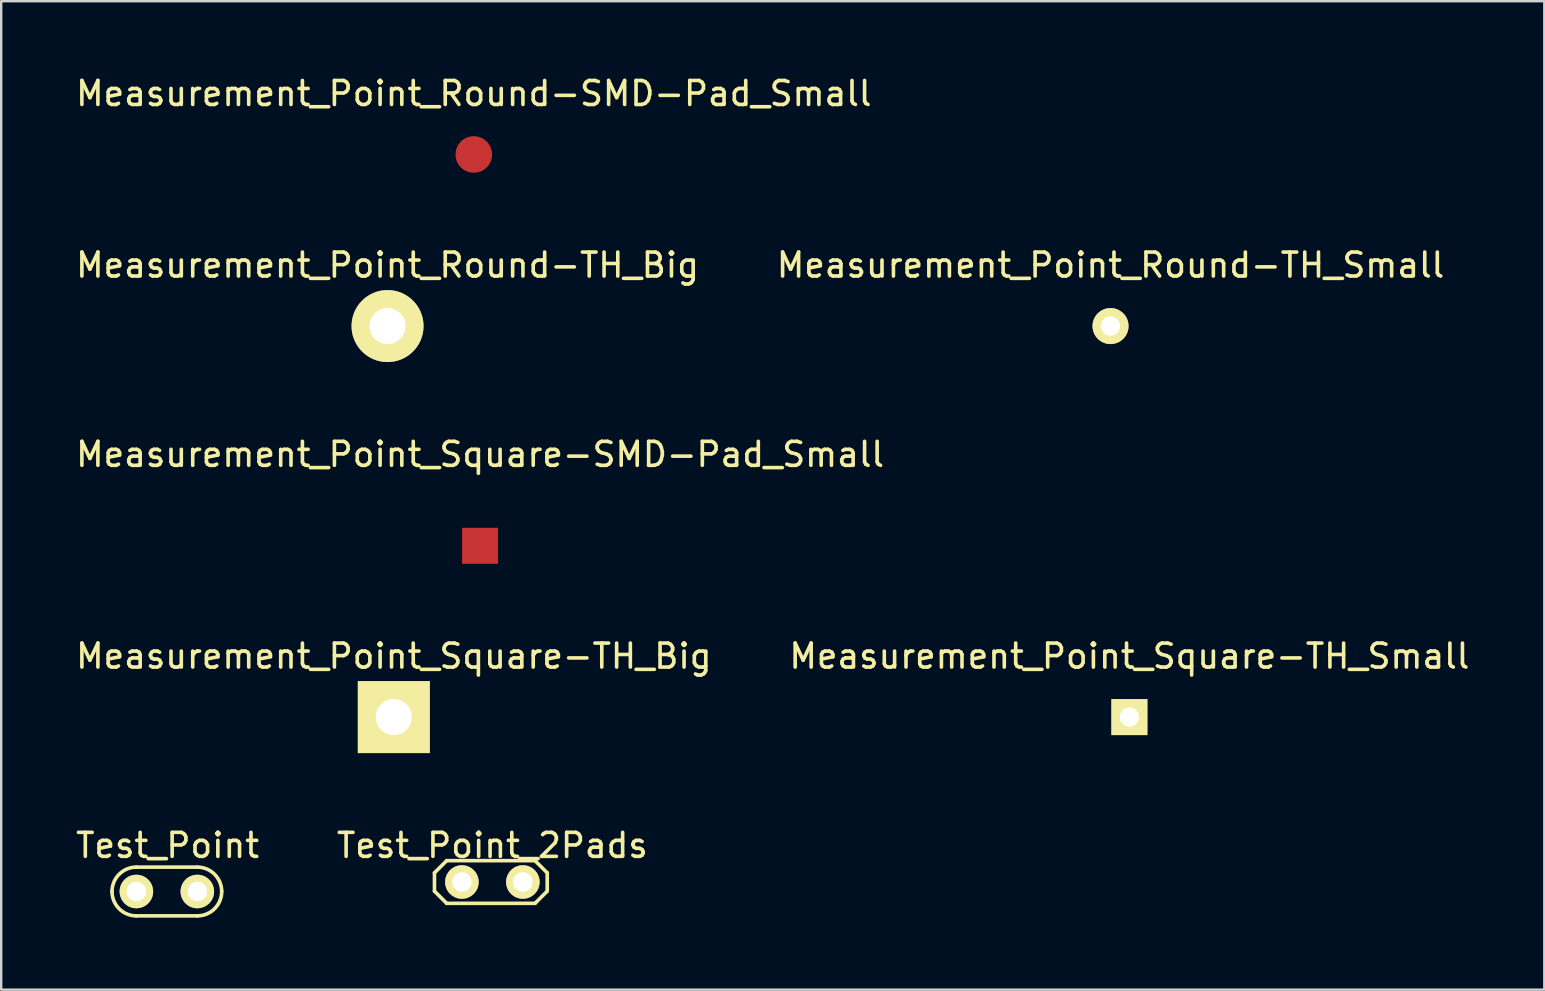
<source format=kicad_pcb>
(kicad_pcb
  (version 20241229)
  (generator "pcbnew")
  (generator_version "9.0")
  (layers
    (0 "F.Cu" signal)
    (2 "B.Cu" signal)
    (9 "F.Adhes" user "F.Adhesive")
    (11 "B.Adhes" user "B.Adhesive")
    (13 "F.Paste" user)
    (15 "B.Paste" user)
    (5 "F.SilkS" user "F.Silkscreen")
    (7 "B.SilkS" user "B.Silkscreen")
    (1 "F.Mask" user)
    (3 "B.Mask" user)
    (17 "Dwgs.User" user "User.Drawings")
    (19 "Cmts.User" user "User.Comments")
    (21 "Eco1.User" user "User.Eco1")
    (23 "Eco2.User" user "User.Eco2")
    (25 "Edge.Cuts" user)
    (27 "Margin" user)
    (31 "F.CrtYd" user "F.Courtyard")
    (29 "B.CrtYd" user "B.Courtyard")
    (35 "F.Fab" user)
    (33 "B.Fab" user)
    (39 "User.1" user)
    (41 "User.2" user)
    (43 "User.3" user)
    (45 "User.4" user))
  (footprint "Measurement_Point_Square-TH_Small"
    (layer "F.Cu")
    (at 44.018 26.835)
    (property "Reference" "Measurement_Point_Square-TH_Small" (at 0 -2.54 0) (layer "F.SilkS") (effects (font (size 1 1) (thickness 0.15))))
    (attr through_hole)
    (pad "1" thru_hole rect (at 0 0) (size 1.501 1.501) (drill 0.8) (layers "*.Cu" "*.Mask" "F.SilkS")))
  (footprint "Test_Point_2Pads"
    (layer "F.Cu")
    (at 17.47 33.708)
    (property "Reference" "Test_Point_2Pads" (at 0 -1.524 0) (layer "F.SilkS") (effects (font (size 1 1) (thickness 0.15))))
    (attr through_hole)
    (fp_line (start -2.413 -0.381) (end -1.905 -0.889) (stroke (width 0.15) (type solid)) (layer "F.SilkS"))
    (fp_line (start -2.413 0.381) (end -2.413 -0.381) (stroke (width 0.15) (type solid)) (layer "F.SilkS"))
    (fp_line (start -1.905 -0.889) (end 1.778 -0.889) (stroke (width 0.15) (type solid)) (layer "F.SilkS"))
    (fp_line (start -1.905 0.889) (end -2.413 0.381) (stroke (width 0.15) (type solid)) (layer "F.SilkS"))
    (fp_line (start 1.778 -0.889) (end 2.286 -0.381) (stroke (width 0.15) (type solid)) (layer "F.SilkS"))
    (fp_line (start 1.778 0.889) (end -1.905 0.889) (stroke (width 0.15) (type solid)) (layer "F.SilkS"))
    (fp_line (start 2.286 -0.381) (end 2.286 0.381) (stroke (width 0.15) (type solid)) (layer "F.SilkS"))
    (fp_line (start 2.286 0.381) (end 1.778 0.889) (stroke (width 0.15) (type solid)) (layer "F.SilkS"))
    (pad "1" thru_hole circle (at -1.27 0) (size 1.397 1.397) (drill 0.813) (layers "*.Cu" "*.Mask" "F.SilkS"))
    (pad "2" thru_hole circle (at 1.27 0) (size 1.397 1.397) (drill 0.813) (layers "*.Cu" "*.Mask" "F.SilkS")))
  (footprint "Measurement_Point_Square-TH_Big"
    (layer "F.Cu")
    (at 13.363 26.835)
    (property "Reference" "Measurement_Point_Square-TH_Big" (at 0 -2.54 0) (layer "F.SilkS") (effects (font (size 1 1) (thickness 0.15))))
    (attr through_hole)
    (pad "1" thru_hole rect (at 0 0) (size 3 3) (drill 1.501) (layers "*.Cu" "*.Mask" "F.SilkS")))
  (footprint "Measurement_Point_Round-SMD-Pad_Small"
    (layer "F.Cu")
    (at 16.696 3.388)
    (property "Reference" "Measurement_Point_Round-SMD-Pad_Small" (at 0 -2.54 0) (layer "F.SilkS") (effects (font (size 1 1) (thickness 0.15))))
    (attr through_hole)
    (pad "1" smd circle (at 0 0) (size 1.524 1.524) (layers "F.Cu" "F.Mask" "F.Paste")))
  (footprint "Measurement_Point_Square-SMD-Pad_Small"
    (layer "F.Cu")
    (at 16.958 19.697)
    (property "Reference" "Measurement_Point_Square-SMD-Pad_Small" (at 0 -3.81 0) (layer "F.SilkS") (effects (font (size 1 1) (thickness 0.15))))
    (attr through_hole)
    (pad "1" smd rect (at 0 0) (size 1.501 1.501) (layers "F.Cu" "F.Mask" "F.Paste")))
  (footprint "Measurement_Point_Round-TH_Small"
    (layer "F.Cu")
    (at 43.232 10.539)
    (property "Reference" "Measurement_Point_Round-TH_Small" (at 0 -2.54 0) (layer "F.SilkS") (effects (font (size 1 1) (thickness 0.15))))
    (attr through_hole)
    (pad "1" thru_hole circle (at 0 0) (size 1.501 1.501) (drill 0.8) (layers "*.Cu" "*.Mask" "F.SilkS")))
  (footprint "Test_Point"
    (layer "F.Cu")
    (at 3.904 34.104)
    (property "Reference" "Test_Point" (at 0.03 -1.92 0) (layer "F.SilkS") (effects (font (size 1 1) (thickness 0.15))))
    (attr through_hole)
    (fp_line (start 1.27 -1.016) (end -1.27 -1.016) (stroke (width 0.15) (type solid)) (layer "F.SilkS"))
    (fp_line (start 1.27 1.016) (end -1.27 1.016) (stroke (width 0.15) (type solid)) (layer "F.SilkS"))
    (fp_arc (start -2.286 0) (mid -1.98842 -0.71842) (end -1.27 -1.016) (stroke (width 0.15) (type solid)) (layer "F.SilkS"))
    (fp_arc (start -1.27 1.016) (mid -1.98842 0.71842) (end -2.286 0) (stroke (width 0.15) (type solid)) (layer "F.SilkS"))
    (fp_arc (start 1.27 -1.016) (mid 1.98842 -0.71842) (end 2.286 0) (stroke (width 0.15) (type solid)) (layer "F.SilkS"))
    (fp_arc (start 2.286 0) (mid 1.98842 0.71842) (end 1.27 1.016) (stroke (width 0.15) (type solid)) (layer "F.SilkS"))
    (pad "1" thru_hole circle (at -1.27 0) (size 1.397 1.397) (drill 0.813) (layers "*.Cu" "*.Mask" "F.SilkS"))
    (pad "1" thru_hole circle (at 1.27 0) (size 1.397 1.397) (drill 0.813) (layers "*.Cu" "*.Mask" "F.SilkS")))
  (footprint "Measurement_Point_Round-TH_Big"
    (layer "F.Cu")
    (at 13.101 10.539)
    (property "Reference" "Measurement_Point_Round-TH_Big" (at 0 -2.54 0) (layer "F.SilkS") (effects (font (size 1 1) (thickness 0.15))))
    (attr through_hole)
    (pad "1" thru_hole circle (at 0 0) (size 3 3) (drill 1.501) (layers "*.Cu" "*.Mask" "F.SilkS")))
  (gr_rect
    (start -3 -3)
    (end 61.31 38.195)
    (stroke (width 0.1) (type default))
    (fill no)
    (layer "Edge.Cuts")))
</source>
